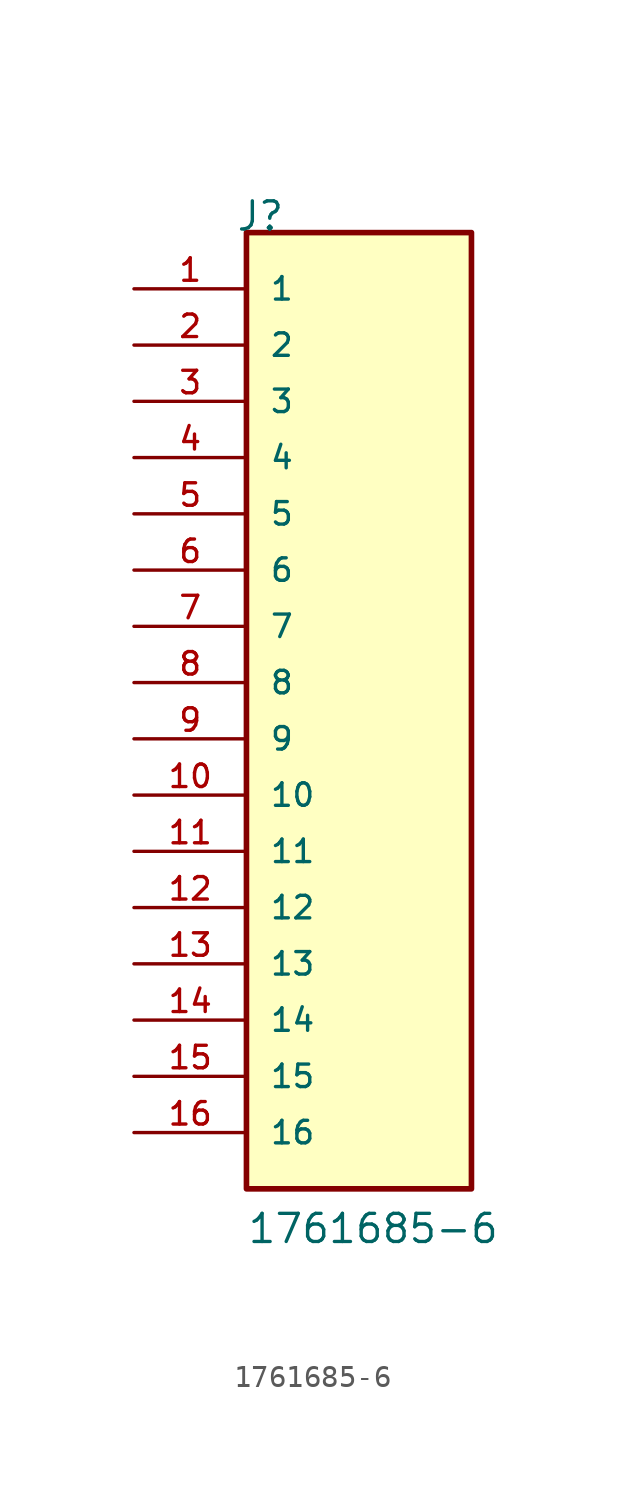
<source format=kicad_sym>
(kicad_symbol_lib
  (version 20211014)
  (generator kicad_symbol_editor)
  (symbol "1761685-6"
    (pin_names
      (offset 1.016))
    (property "Reference" "J"
      (at -5.58 22.86 0)
      (effects (font (size 1.27 1.27)) (justify bottom left)))
    (property "Value" "1761685-6"
      (at -5.08 -22.86 0)
      (effects (font (size 1.27 1.27)) (justify bottom left)))
    (symbol "1761685-6_0_0"
      (rectangle (start -5.08 -20.32) (end 5.08 22.86) (stroke (width 0.254)) (fill (type background)))
      (pin passive line (at -10.16 20.32 0) (length 5.08) (name "1" (effects (font (size 1.016 1.016)))) (number "1" (effects (font (size 1.016 1.016)))))
      (pin passive line (at -10.16 17.78 0) (length 5.08) (name "2" (effects (font (size 1.016 1.016)))) (number "2" (effects (font (size 1.016 1.016)))))
      (pin passive line (at -10.16 15.24 0) (length 5.08) (name "3" (effects (font (size 1.016 1.016)))) (number "3" (effects (font (size 1.016 1.016)))))
      (pin passive line (at -10.16 12.7 0) (length 5.08) (name "4" (effects (font (size 1.016 1.016)))) (number "4" (effects (font (size 1.016 1.016)))))
      (pin passive line (at -10.16 10.16 0) (length 5.08) (name "5" (effects (font (size 1.016 1.016)))) (number "5" (effects (font (size 1.016 1.016)))))
      (pin passive line (at -10.16 7.62 0) (length 5.08) (name "6" (effects (font (size 1.016 1.016)))) (number "6" (effects (font (size 1.016 1.016)))))
      (pin passive line (at -10.16 5.08 0) (length 5.08) (name "7" (effects (font (size 1.016 1.016)))) (number "7" (effects (font (size 1.016 1.016)))))
      (pin passive line (at -10.16 2.54 0) (length 5.08) (name "8" (effects (font (size 1.016 1.016)))) (number "8" (effects (font (size 1.016 1.016)))))
      (pin passive line (at -10.16 0.0 0) (length 5.08) (name "9" (effects (font (size 1.016 1.016)))) (number "9" (effects (font (size 1.016 1.016)))))
      (pin passive line (at -10.16 -2.54 0) (length 5.08) (name "10" (effects (font (size 1.016 1.016)))) (number "10" (effects (font (size 1.016 1.016)))))
      (pin passive line (at -10.16 -5.08 0) (length 5.08) (name "11" (effects (font (size 1.016 1.016)))) (number "11" (effects (font (size 1.016 1.016)))))
      (pin passive line (at -10.16 -7.62 0) (length 5.08) (name "12" (effects (font (size 1.016 1.016)))) (number "12" (effects (font (size 1.016 1.016)))))
      (pin passive line (at -10.16 -10.16 0) (length 5.08) (name "13" (effects (font (size 1.016 1.016)))) (number "13" (effects (font (size 1.016 1.016)))))
      (pin passive line (at -10.16 -12.7 0) (length 5.08) (name "14" (effects (font (size 1.016 1.016)))) (number "14" (effects (font (size 1.016 1.016)))))
      (pin passive line (at -10.16 -15.24 0) (length 5.08) (name "15" (effects (font (size 1.016 1.016)))) (number "15" (effects (font (size 1.016 1.016)))))
      (pin passive line (at -10.16 -17.78 0) (length 5.08) (name "16" (effects (font (size 1.016 1.016)))) (number "16" (effects (font (size 1.016 1.016))))))))
</source>
